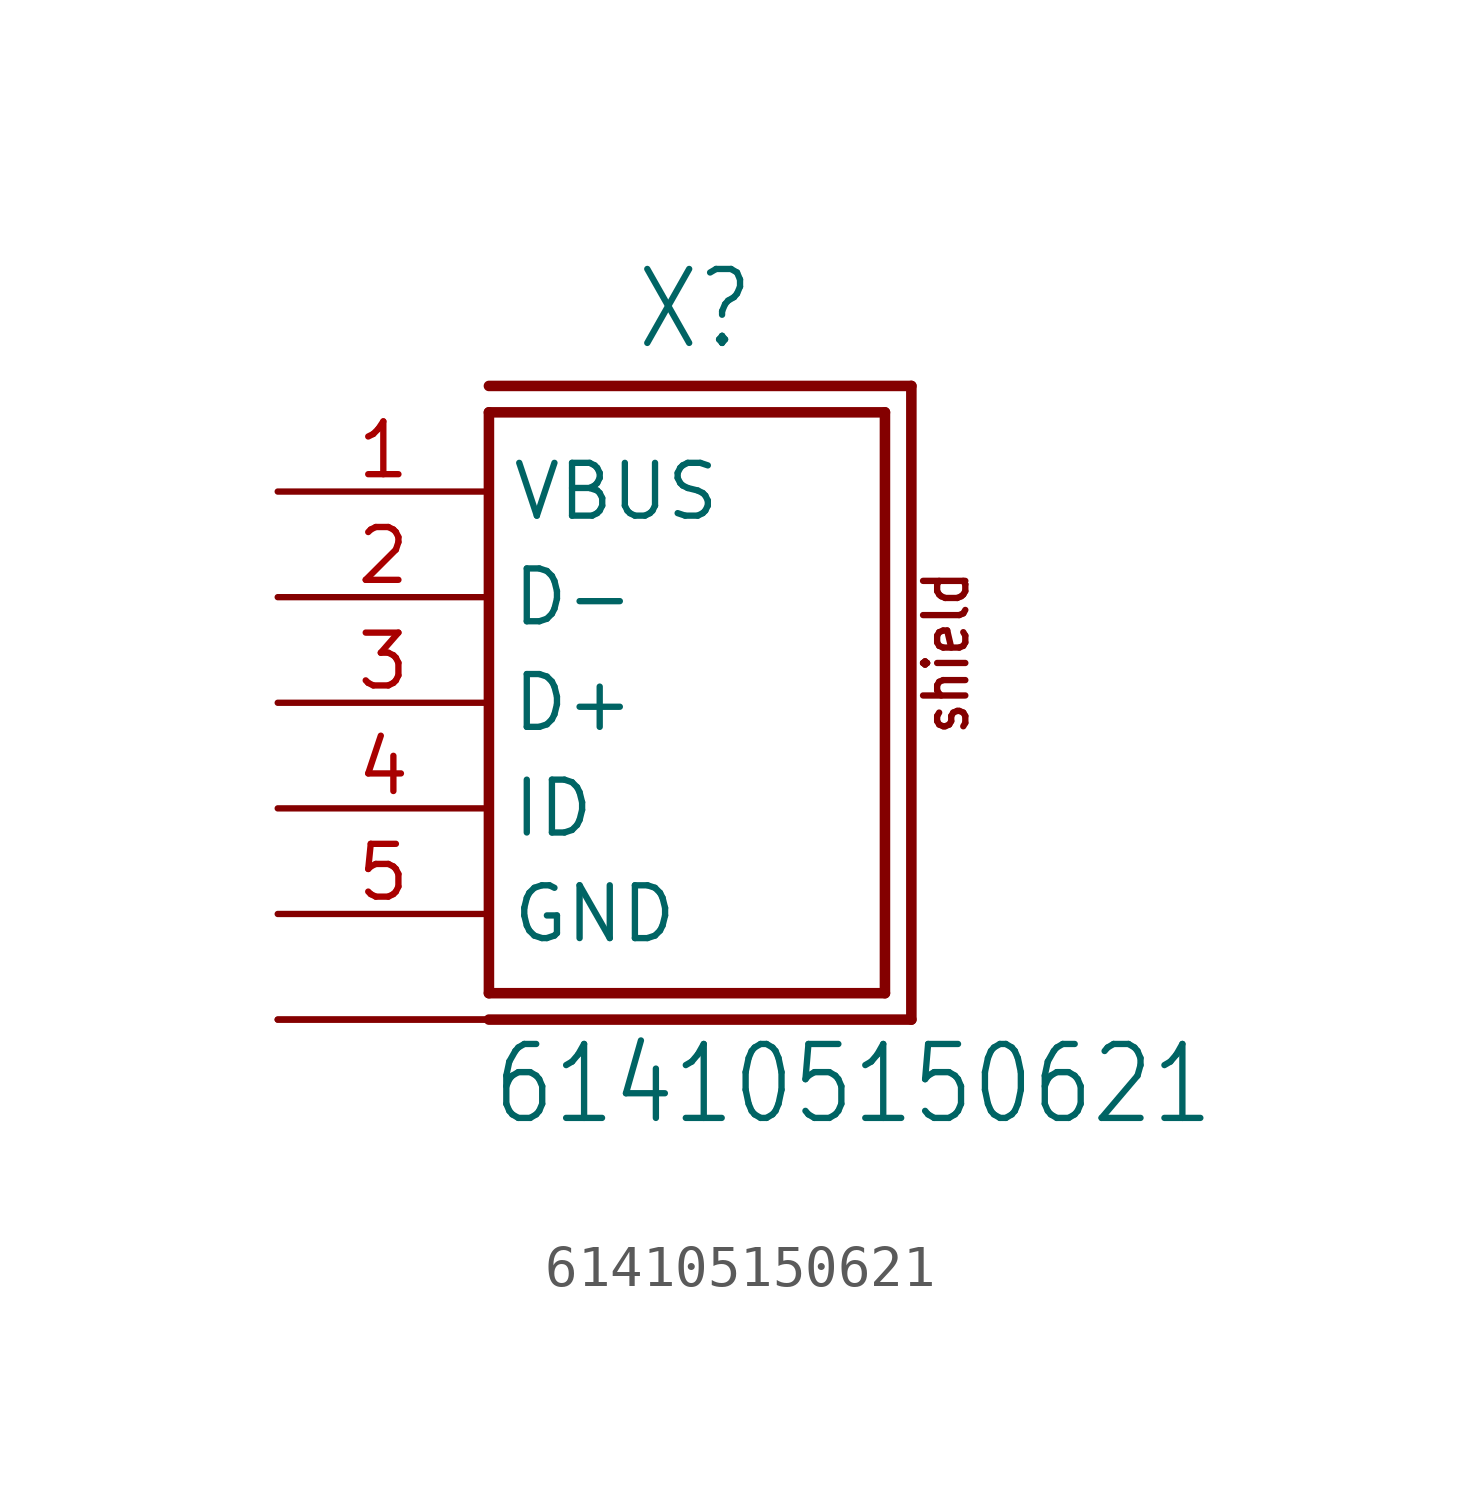
<source format=kicad_sym>
(kicad_symbol_lib
  (version 20211014)
  (generator kicad_symbol_editor)
  (symbol "614105150621"
    (property "Reference" "X"
      (at -0.12 8.43 0)
      (effects (font (size 1.778 1.511)) (justify bottom)))
    (property "Value" "614105150621"
      (at -5.05 -10.21 0)
      (effects (font (size 1.778 1.511)) (justify left bottom)))
    (property "ki_locked" ""
      (at 0 0 0)
      (effects (font (size 1.27 1.27))))
    (symbol "614105150621_1_0"
      (polyline (pts (xy -5.08 -6.985) (xy -5.08 6.985)) (stroke (width 0.254) (type default) (color 0 0 0 0)) (fill (type none)))
      (polyline (pts (xy -5.08 6.985) (xy 4.445 6.985)) (stroke (width 0.254) (type default) (color 0 0 0 0)) (fill (type none)))
      (polyline (pts (xy -5.08 7.62) (xy 5.08 7.62)) (stroke (width 0.254) (type default) (color 0 0 0 0)) (fill (type none)))
      (polyline (pts (xy 4.445 -6.985) (xy -5.08 -6.985)) (stroke (width 0.254) (type default) (color 0 0 0 0)) (fill (type none)))
      (polyline (pts (xy 4.445 6.985) (xy 4.445 -6.985)) (stroke (width 0.254) (type default) (color 0 0 0 0)) (fill (type none)))
      (polyline (pts (xy 5.08 -7.62) (xy -5.08 -7.62)) (stroke (width 0.254) (type default) (color 0 0 0 0)) (fill (type none)))
      (polyline (pts (xy 5.08 7.62) (xy 5.08 -7.62)) (stroke (width 0.254) (type default) (color 0 0 0 0)) (fill (type none)))
      (text "shield" (at 6.51 -0.83 900) (effects (font (size 1.016 0.864)) (justify left bottom)))
      (pin passive line (at -10.16 5.08 0) (length 5.08) (name "VBUS" (effects (font (size 1.27 1.27)))) (number "1" (effects (font (size 1.27 1.27)))))
      (pin passive line (at -10.16 2.54 0) (length 5.08) (name "D-" (effects (font (size 1.27 1.27)))) (number "2" (effects (font (size 1.27 1.27)))))
      (pin passive line (at -10.16 0 0) (length 5.08) (name "D+" (effects (font (size 1.27 1.27)))) (number "3" (effects (font (size 1.27 1.27)))))
      (pin passive line (at -10.16 -2.54 0) (length 5.08) (name "ID" (effects (font (size 1.27 1.27)))) (number "4" (effects (font (size 1.27 1.27)))))
      (pin passive line (at -10.16 -5.08 0) (length 5.08) (name "GND" (effects (font (size 1.27 1.27)))) (number "5" (effects (font (size 1.27 1.27)))))
      (pin passive line (at -10.16 -7.62 0) (length 5.08) (name "SHIELD" (effects (font (size 0 0)))) (number "S1" (effects (font (size 0 0)))))
      (pin passive line (at -10.16 -7.62 0) (length 5.08) (name "SHIELD" (effects (font (size 0 0)))) (number "S2" (effects (font (size 0 0))))))))
</source>
